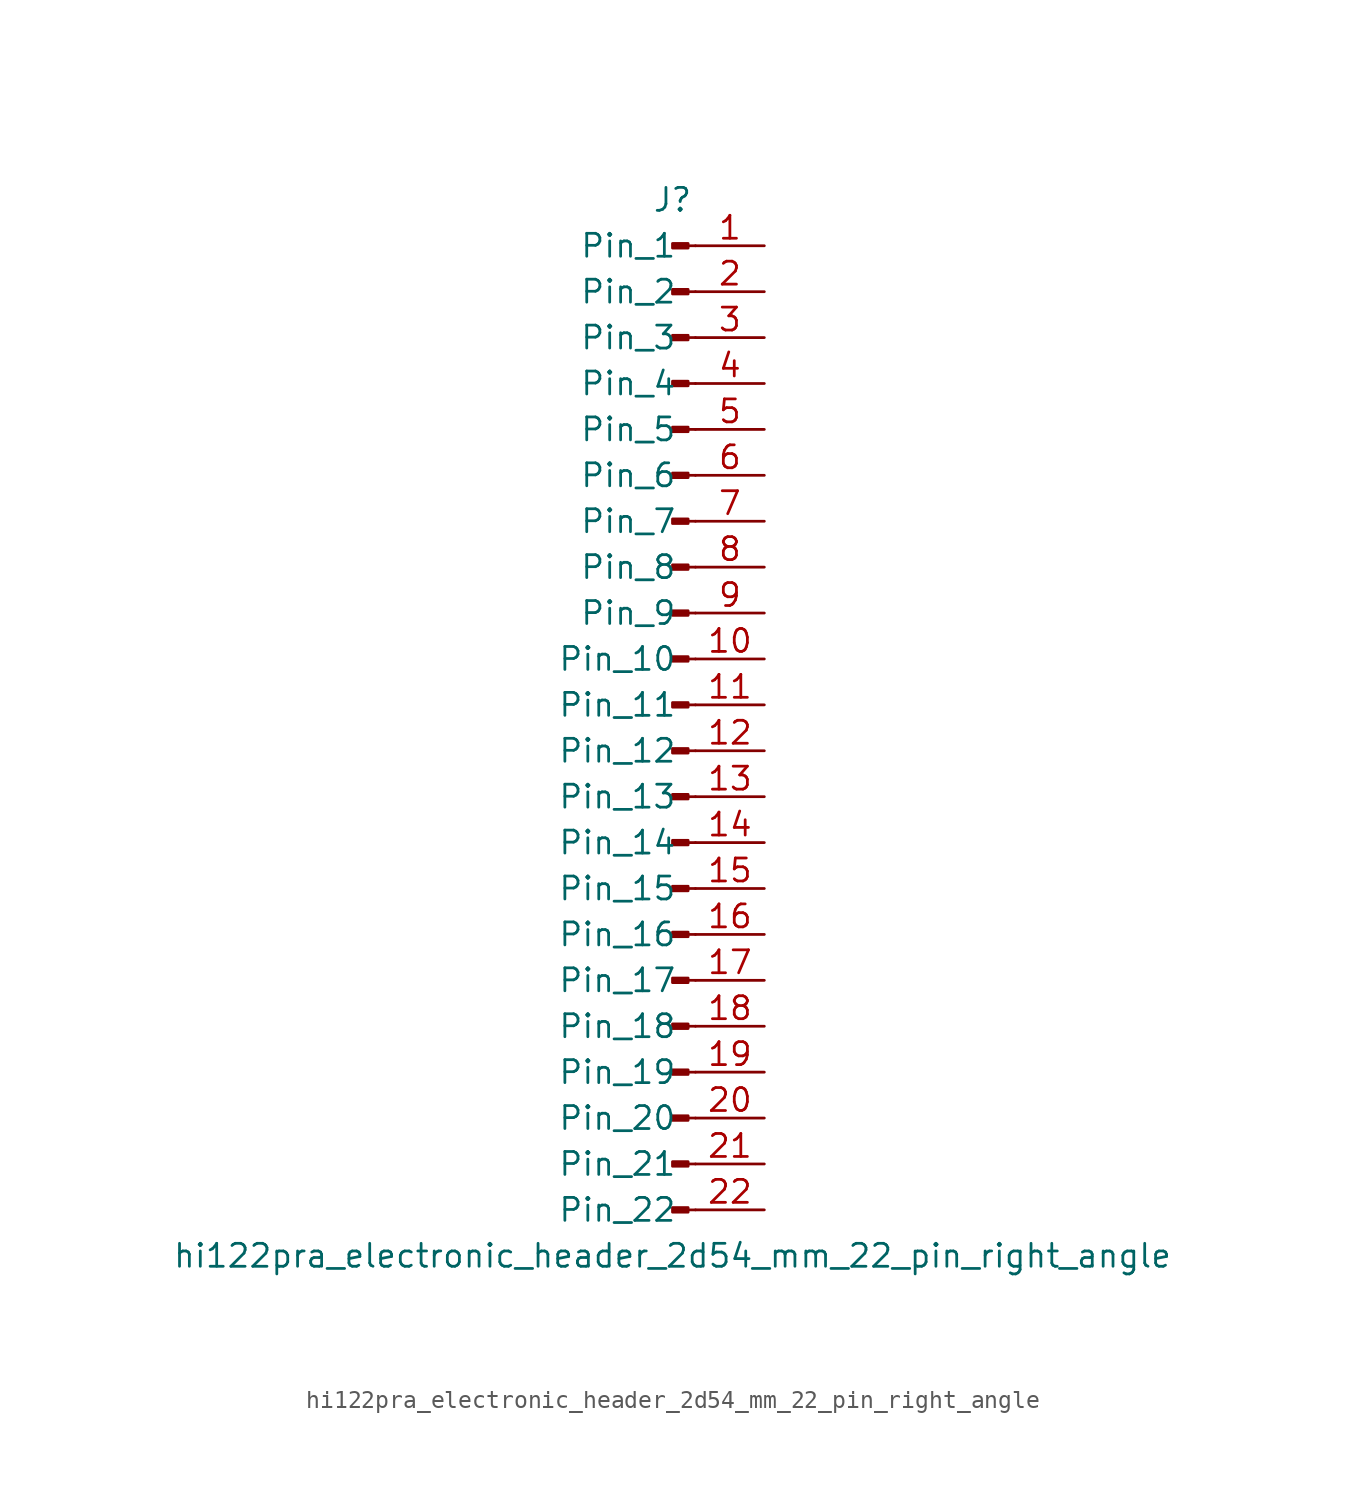
<source format=kicad_sym>
(kicad_symbol_lib
  (version 20220914)
  (generator kicad_symbol_editor)
  (symbol "hi122pra_electronic_header_2d54_mm_22_pin_right_angle"
    (pin_names
      (offset 1.016))
    (property "Reference" "J"
      (at 0 27.94 0)
      (effects (font (size 1.27 1.27))))
    (property "Value" "hi122pra_electronic_header_2d54_mm_22_pin_right_angle"
      (at 0 -30.48 0)
      (effects (font (size 1.27 1.27))))
    (property "ki_locked" ""
      (at 0 0 0)
      (effects (font (size 1.27 1.27))))
    (symbol "hi122pra_electronic_header_2d54_mm_22_pin_right_angle_1_1"
      (polyline (pts (xy 1.27 -27.94) (xy 0.864 -27.94)) (stroke (width 0.152) (type default)) (fill (type none)))
      (polyline (pts (xy 1.27 -25.4) (xy 0.864 -25.4)) (stroke (width 0.152) (type default)) (fill (type none)))
      (polyline (pts (xy 1.27 -22.86) (xy 0.864 -22.86)) (stroke (width 0.152) (type default)) (fill (type none)))
      (polyline (pts (xy 1.27 -20.32) (xy 0.864 -20.32)) (stroke (width 0.152) (type default)) (fill (type none)))
      (polyline (pts (xy 1.27 -17.78) (xy 0.864 -17.78)) (stroke (width 0.152) (type default)) (fill (type none)))
      (polyline (pts (xy 1.27 -15.24) (xy 0.864 -15.24)) (stroke (width 0.152) (type default)) (fill (type none)))
      (polyline (pts (xy 1.27 -12.7) (xy 0.864 -12.7)) (stroke (width 0.152) (type default)) (fill (type none)))
      (polyline (pts (xy 1.27 -10.16) (xy 0.864 -10.16)) (stroke (width 0.152) (type default)) (fill (type none)))
      (polyline (pts (xy 1.27 -7.62) (xy 0.864 -7.62)) (stroke (width 0.152) (type default)) (fill (type none)))
      (polyline (pts (xy 1.27 -5.08) (xy 0.864 -5.08)) (stroke (width 0.152) (type default)) (fill (type none)))
      (polyline (pts (xy 1.27 -2.54) (xy 0.864 -2.54)) (stroke (width 0.152) (type default)) (fill (type none)))
      (polyline (pts (xy 1.27 0) (xy 0.864 0)) (stroke (width 0.152) (type default)) (fill (type none)))
      (polyline (pts (xy 1.27 2.54) (xy 0.864 2.54)) (stroke (width 0.152) (type default)) (fill (type none)))
      (polyline (pts (xy 1.27 5.08) (xy 0.864 5.08)) (stroke (width 0.152) (type default)) (fill (type none)))
      (polyline (pts (xy 1.27 7.62) (xy 0.864 7.62)) (stroke (width 0.152) (type default)) (fill (type none)))
      (polyline (pts (xy 1.27 10.16) (xy 0.864 10.16)) (stroke (width 0.152) (type default)) (fill (type none)))
      (polyline (pts (xy 1.27 12.7) (xy 0.864 12.7)) (stroke (width 0.152) (type default)) (fill (type none)))
      (polyline (pts (xy 1.27 15.24) (xy 0.864 15.24)) (stroke (width 0.152) (type default)) (fill (type none)))
      (polyline (pts (xy 1.27 17.78) (xy 0.864 17.78)) (stroke (width 0.152) (type default)) (fill (type none)))
      (polyline (pts (xy 1.27 20.32) (xy 0.864 20.32)) (stroke (width 0.152) (type default)) (fill (type none)))
      (polyline (pts (xy 1.27 22.86) (xy 0.864 22.86)) (stroke (width 0.152) (type default)) (fill (type none)))
      (polyline (pts (xy 1.27 25.4) (xy 0.864 25.4)) (stroke (width 0.152) (type default)) (fill (type none)))
      (rectangle (start 0.864 -27.813) (end 0 -28.067) (stroke (width 0.152) (type default)) (fill (type outline)))
      (rectangle (start 0.864 -25.273) (end 0 -25.527) (stroke (width 0.152) (type default)) (fill (type outline)))
      (rectangle (start 0.864 -22.733) (end 0 -22.987) (stroke (width 0.152) (type default)) (fill (type outline)))
      (rectangle (start 0.864 -20.193) (end 0 -20.447) (stroke (width 0.152) (type default)) (fill (type outline)))
      (rectangle (start 0.864 -17.653) (end 0 -17.907) (stroke (width 0.152) (type default)) (fill (type outline)))
      (rectangle (start 0.864 -15.113) (end 0 -15.367) (stroke (width 0.152) (type default)) (fill (type outline)))
      (rectangle (start 0.864 -12.573) (end 0 -12.827) (stroke (width 0.152) (type default)) (fill (type outline)))
      (rectangle (start 0.864 -10.033) (end 0 -10.287) (stroke (width 0.152) (type default)) (fill (type outline)))
      (rectangle (start 0.864 -7.493) (end 0 -7.747) (stroke (width 0.152) (type default)) (fill (type outline)))
      (rectangle (start 0.864 -4.953) (end 0 -5.207) (stroke (width 0.152) (type default)) (fill (type outline)))
      (rectangle (start 0.864 -2.413) (end 0 -2.667) (stroke (width 0.152) (type default)) (fill (type outline)))
      (rectangle (start 0.864 0.127) (end 0 -0.127) (stroke (width 0.152) (type default)) (fill (type outline)))
      (rectangle (start 0.864 2.667) (end 0 2.413) (stroke (width 0.152) (type default)) (fill (type outline)))
      (rectangle (start 0.864 5.207) (end 0 4.953) (stroke (width 0.152) (type default)) (fill (type outline)))
      (rectangle (start 0.864 7.747) (end 0 7.493) (stroke (width 0.152) (type default)) (fill (type outline)))
      (rectangle (start 0.864 10.287) (end 0 10.033) (stroke (width 0.152) (type default)) (fill (type outline)))
      (rectangle (start 0.864 12.827) (end 0 12.573) (stroke (width 0.152) (type default)) (fill (type outline)))
      (rectangle (start 0.864 15.367) (end 0 15.113) (stroke (width 0.152) (type default)) (fill (type outline)))
      (rectangle (start 0.864 17.907) (end 0 17.653) (stroke (width 0.152) (type default)) (fill (type outline)))
      (rectangle (start 0.864 20.447) (end 0 20.193) (stroke (width 0.152) (type default)) (fill (type outline)))
      (rectangle (start 0.864 22.987) (end 0 22.733) (stroke (width 0.152) (type default)) (fill (type outline)))
      (rectangle (start 0.864 25.527) (end 0 25.273) (stroke (width 0.152) (type default)) (fill (type outline)))
      (pin passive line (at 5.08 25.4 180) (length 3.81) (name "Pin_1" (effects (font (size 1.27 1.27)))) (number "1" (effects (font (size 1.27 1.27)))))
      (pin passive line (at 5.08 2.54 180) (length 3.81) (name "Pin_10" (effects (font (size 1.27 1.27)))) (number "10" (effects (font (size 1.27 1.27)))))
      (pin passive line (at 5.08 0 180) (length 3.81) (name "Pin_11" (effects (font (size 1.27 1.27)))) (number "11" (effects (font (size 1.27 1.27)))))
      (pin passive line (at 5.08 -2.54 180) (length 3.81) (name "Pin_12" (effects (font (size 1.27 1.27)))) (number "12" (effects (font (size 1.27 1.27)))))
      (pin passive line (at 5.08 -5.08 180) (length 3.81) (name "Pin_13" (effects (font (size 1.27 1.27)))) (number "13" (effects (font (size 1.27 1.27)))))
      (pin passive line (at 5.08 -7.62 180) (length 3.81) (name "Pin_14" (effects (font (size 1.27 1.27)))) (number "14" (effects (font (size 1.27 1.27)))))
      (pin passive line (at 5.08 -10.16 180) (length 3.81) (name "Pin_15" (effects (font (size 1.27 1.27)))) (number "15" (effects (font (size 1.27 1.27)))))
      (pin passive line (at 5.08 -12.7 180) (length 3.81) (name "Pin_16" (effects (font (size 1.27 1.27)))) (number "16" (effects (font (size 1.27 1.27)))))
      (pin passive line (at 5.08 -15.24 180) (length 3.81) (name "Pin_17" (effects (font (size 1.27 1.27)))) (number "17" (effects (font (size 1.27 1.27)))))
      (pin passive line (at 5.08 -17.78 180) (length 3.81) (name "Pin_18" (effects (font (size 1.27 1.27)))) (number "18" (effects (font (size 1.27 1.27)))))
      (pin passive line (at 5.08 -20.32 180) (length 3.81) (name "Pin_19" (effects (font (size 1.27 1.27)))) (number "19" (effects (font (size 1.27 1.27)))))
      (pin passive line (at 5.08 22.86 180) (length 3.81) (name "Pin_2" (effects (font (size 1.27 1.27)))) (number "2" (effects (font (size 1.27 1.27)))))
      (pin passive line (at 5.08 -22.86 180) (length 3.81) (name "Pin_20" (effects (font (size 1.27 1.27)))) (number "20" (effects (font (size 1.27 1.27)))))
      (pin passive line (at 5.08 -25.4 180) (length 3.81) (name "Pin_21" (effects (font (size 1.27 1.27)))) (number "21" (effects (font (size 1.27 1.27)))))
      (pin passive line (at 5.08 -27.94 180) (length 3.81) (name "Pin_22" (effects (font (size 1.27 1.27)))) (number "22" (effects (font (size 1.27 1.27)))))
      (pin passive line (at 5.08 20.32 180) (length 3.81) (name "Pin_3" (effects (font (size 1.27 1.27)))) (number "3" (effects (font (size 1.27 1.27)))))
      (pin passive line (at 5.08 17.78 180) (length 3.81) (name "Pin_4" (effects (font (size 1.27 1.27)))) (number "4" (effects (font (size 1.27 1.27)))))
      (pin passive line (at 5.08 15.24 180) (length 3.81) (name "Pin_5" (effects (font (size 1.27 1.27)))) (number "5" (effects (font (size 1.27 1.27)))))
      (pin passive line (at 5.08 12.7 180) (length 3.81) (name "Pin_6" (effects (font (size 1.27 1.27)))) (number "6" (effects (font (size 1.27 1.27)))))
      (pin passive line (at 5.08 10.16 180) (length 3.81) (name "Pin_7" (effects (font (size 1.27 1.27)))) (number "7" (effects (font (size 1.27 1.27)))))
      (pin passive line (at 5.08 7.62 180) (length 3.81) (name "Pin_8" (effects (font (size 1.27 1.27)))) (number "8" (effects (font (size 1.27 1.27)))))
      (pin passive line (at 5.08 5.08 180) (length 3.81) (name "Pin_9" (effects (font (size 1.27 1.27)))) (number "9" (effects (font (size 1.27 1.27))))))))
</source>
